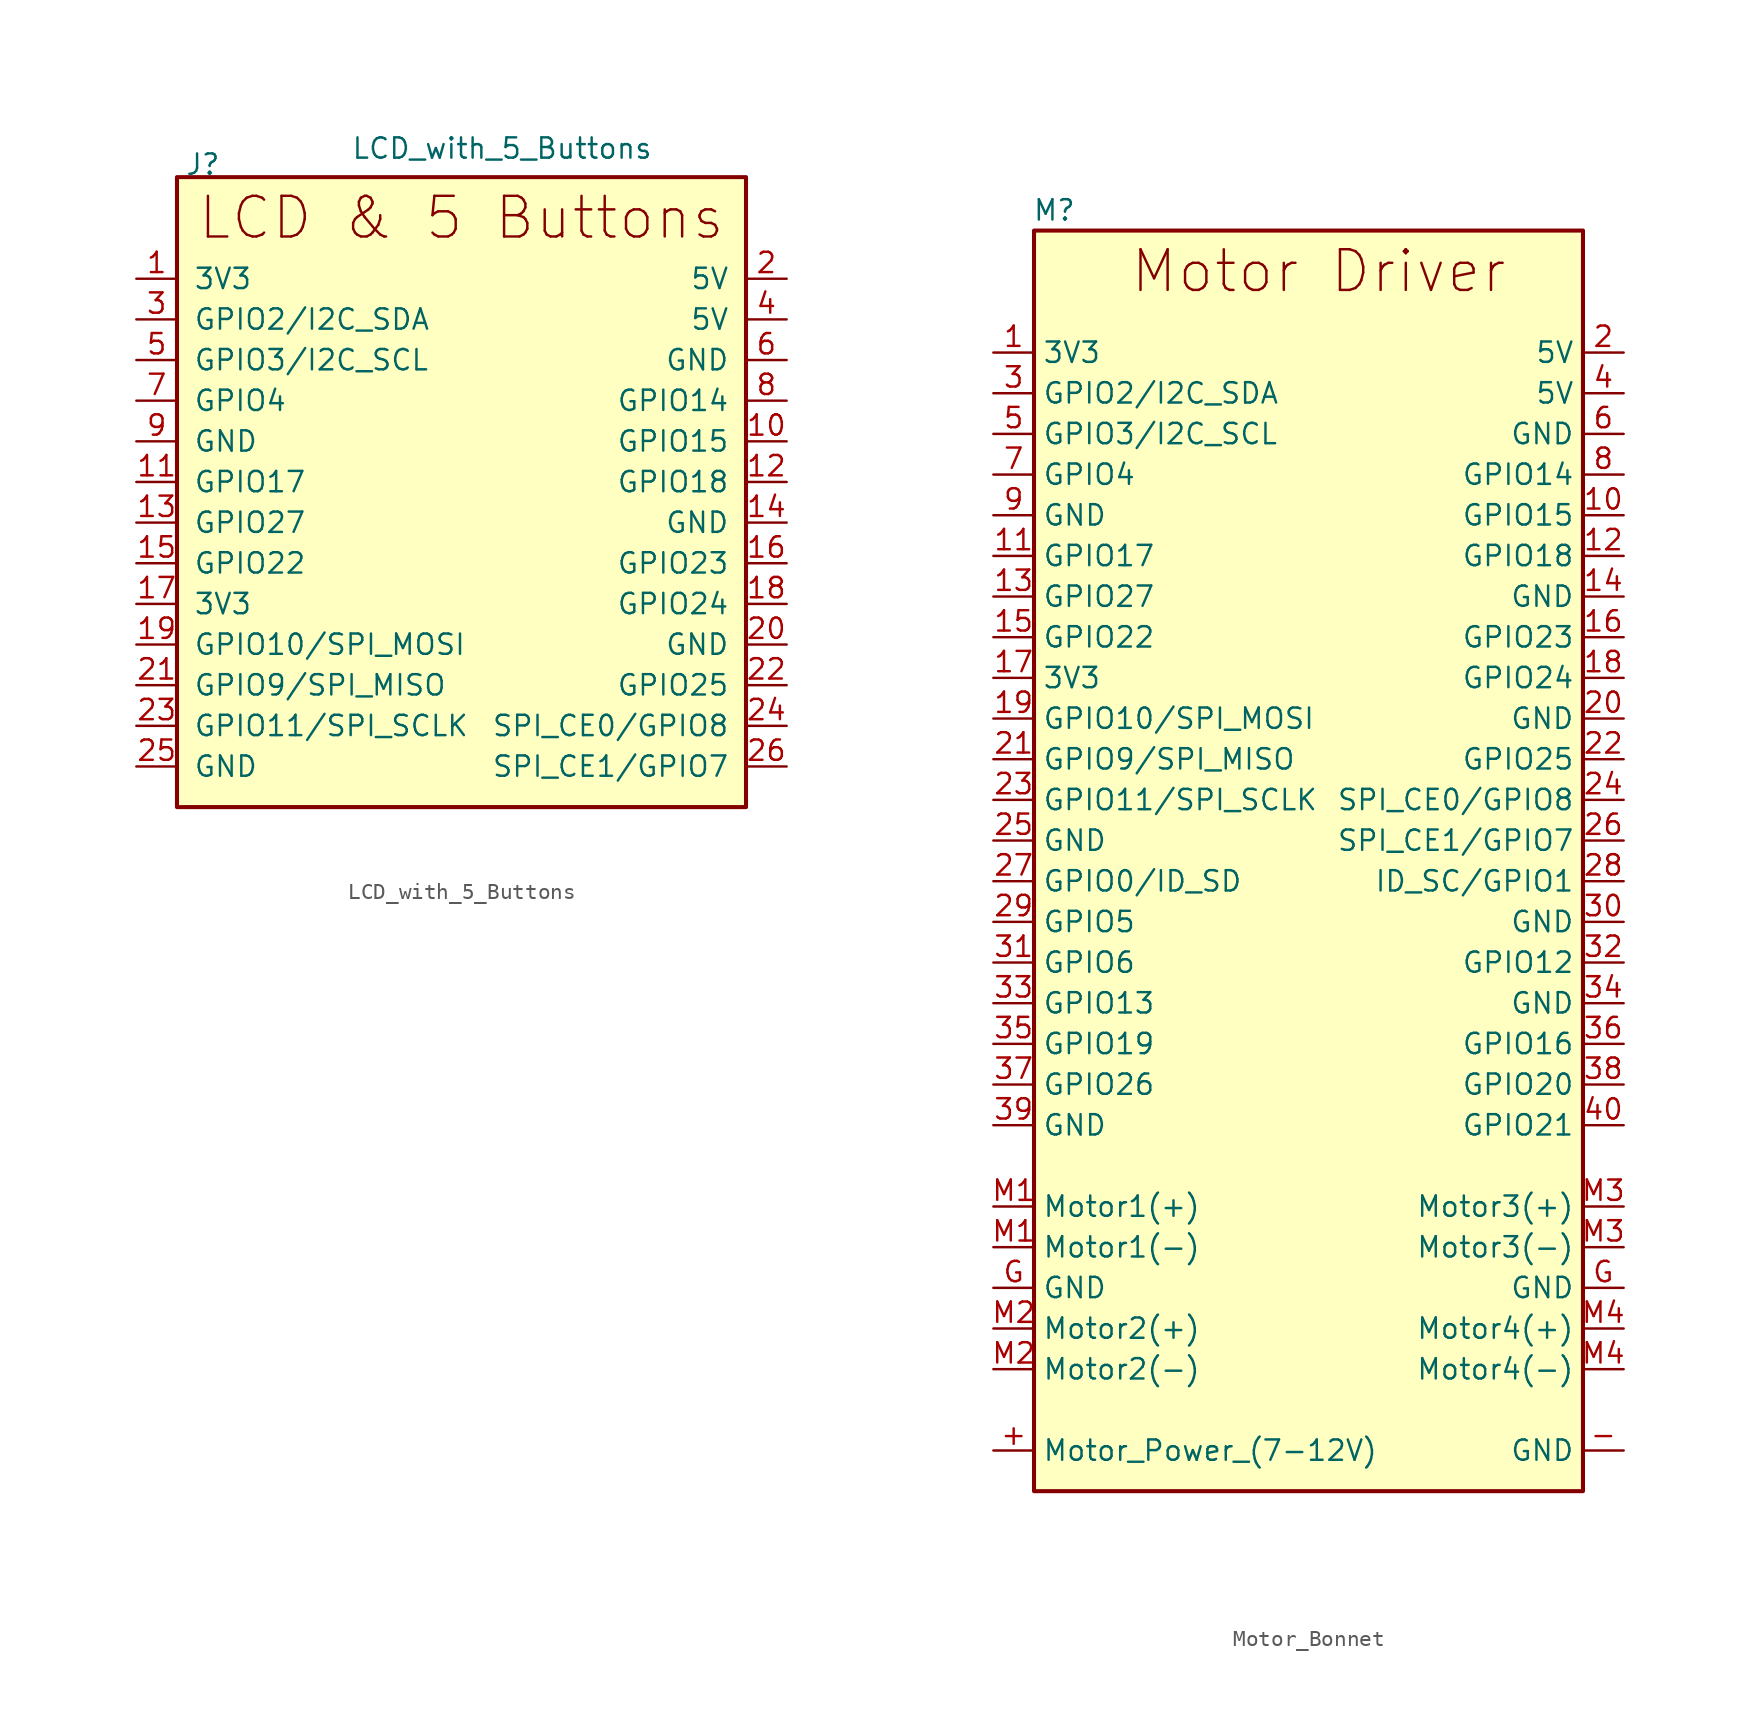
<source format=kicad_sym>
(kicad_symbol_lib
  (version 20220914)
  (generator kicad_symbol_editor)
  (symbol "LCD_with_5_Buttons"
    (pin_names
      (offset 1.016))
    (property "Reference" "J"
      (at -23.64 31.8 0)
      (effects (font (size 1.27 1.27)) (justify left bottom)))
    (property "Value" "LCD_with_5_Buttons"
      (at -3.81 34.29 0)
      (effects (font (size 1.27 1.27)) (justify top)))
    (symbol "LCD_with_5_Buttons_0_1"
      (rectangle (start -24.13 31.75) (end 11.43 -7.62) (stroke (width 0.254) (type default)) (fill (type background))))
    (symbol "LCD_with_5_Buttons_1_0"
      (text "LCD & 5 Buttons" (at -6.35 29.21 0) (effects (font (size 2.54 2.54)))))
    (symbol "LCD_with_5_Buttons_1_1"
      (pin power_in line (at -26.67 25.4 0) (length 2.54) (name "3V3" (effects (font (size 1.27 1.27)))) (number "1" (effects (font (size 1.27 1.27)))))
      (pin bidirectional line (at 13.97 15.24 180) (length 2.54) (name "GPIO15" (effects (font (size 1.27 1.27)))) (number "10" (effects (font (size 1.27 1.27)))))
      (pin bidirectional line (at -26.67 12.7 0) (length 2.54) (name "GPIO17" (effects (font (size 1.27 1.27)))) (number "11" (effects (font (size 1.27 1.27)))))
      (pin bidirectional line (at 13.97 12.7 180) (length 2.54) (name "GPIO18" (effects (font (size 1.27 1.27)))) (number "12" (effects (font (size 1.27 1.27)))))
      (pin bidirectional line (at -26.67 10.16 0) (length 2.54) (name "GPIO27" (effects (font (size 1.27 1.27)))) (number "13" (effects (font (size 1.27 1.27)))))
      (pin power_in line (at 13.97 10.16 180) (length 2.54) (name "GND" (effects (font (size 1.27 1.27)))) (number "14" (effects (font (size 1.27 1.27)))))
      (pin bidirectional line (at -26.67 7.62 0) (length 2.54) (name "GPIO22" (effects (font (size 1.27 1.27)))) (number "15" (effects (font (size 1.27 1.27)))))
      (pin bidirectional line (at 13.97 7.62 180) (length 2.54) (name "GPIO23" (effects (font (size 1.27 1.27)))) (number "16" (effects (font (size 1.27 1.27)))))
      (pin power_in line (at -26.67 5.08 0) (length 2.54) (name "3V3" (effects (font (size 1.27 1.27)))) (number "17" (effects (font (size 1.27 1.27)))))
      (pin bidirectional line (at 13.97 5.08 180) (length 2.54) (name "GPIO24" (effects (font (size 1.27 1.27)))) (number "18" (effects (font (size 1.27 1.27)))))
      (pin bidirectional line (at -26.67 2.54 0) (length 2.54) (name "GPIO10/SPI_MOSI" (effects (font (size 1.27 1.27)))) (number "19" (effects (font (size 1.27 1.27)))))
      (pin power_in line (at 13.97 25.4 180) (length 2.54) (name "5V" (effects (font (size 1.27 1.27)))) (number "2" (effects (font (size 1.27 1.27)))))
      (pin power_in line (at 13.97 2.54 180) (length 2.54) (name "GND" (effects (font (size 1.27 1.27)))) (number "20" (effects (font (size 1.27 1.27)))))
      (pin bidirectional line (at -26.67 0 0) (length 2.54) (name "GPIO9/SPI_MISO" (effects (font (size 1.27 1.27)))) (number "21" (effects (font (size 1.27 1.27)))))
      (pin bidirectional line (at 13.97 0 180) (length 2.54) (name "GPIO25" (effects (font (size 1.27 1.27)))) (number "22" (effects (font (size 1.27 1.27)))))
      (pin bidirectional line (at -26.67 -2.54 0) (length 2.54) (name "GPIO11/SPI_SCLK" (effects (font (size 1.27 1.27)))) (number "23" (effects (font (size 1.27 1.27)))))
      (pin bidirectional line (at 13.97 -2.54 180) (length 2.54) (name "SPI_CE0/GPIO8" (effects (font (size 1.27 1.27)))) (number "24" (effects (font (size 1.27 1.27)))))
      (pin power_in line (at -26.67 -5.08 0) (length 2.54) (name "GND" (effects (font (size 1.27 1.27)))) (number "25" (effects (font (size 1.27 1.27)))))
      (pin bidirectional line (at 13.97 -5.08 180) (length 2.54) (name "SPI_CE1/GPIO7" (effects (font (size 1.27 1.27)))) (number "26" (effects (font (size 1.27 1.27)))))
      (pin bidirectional line (at -26.67 22.86 0) (length 2.54) (name "GPIO2/I2C_SDA" (effects (font (size 1.27 1.27)))) (number "3" (effects (font (size 1.27 1.27)))))
      (pin power_in line (at 13.97 22.86 180) (length 2.54) (name "5V" (effects (font (size 1.27 1.27)))) (number "4" (effects (font (size 1.27 1.27)))))
      (pin bidirectional line (at -26.67 20.32 0) (length 2.54) (name "GPIO3/I2C_SCL" (effects (font (size 1.27 1.27)))) (number "5" (effects (font (size 1.27 1.27)))))
      (pin power_in line (at 13.97 20.32 180) (length 2.54) (name "GND" (effects (font (size 1.27 1.27)))) (number "6" (effects (font (size 1.27 1.27)))))
      (pin bidirectional line (at -26.67 17.78 0) (length 2.54) (name "GPIO4" (effects (font (size 1.27 1.27)))) (number "7" (effects (font (size 1.27 1.27)))))
      (pin bidirectional line (at 13.97 17.78 180) (length 2.54) (name "GPIO14" (effects (font (size 1.27 1.27)))) (number "8" (effects (font (size 1.27 1.27)))))
      (pin power_in line (at -26.67 15.24 0) (length 2.54) (name "GND" (effects (font (size 1.27 1.27)))) (number "9" (effects (font (size 1.27 1.27)))))))
  (symbol "Motor_Bonnet"
    (property "Reference" "M"
      (at -20.32 30.48 0)
      (effects (font (size 1.27 1.27))))
    (property "Value" ""
      (at 0 0 0)
      (effects (font (size 1.27 1.27))))
    (symbol "Motor_Bonnet_0_1"
      (rectangle (start -21.59 29.21) (end 12.7 -49.53) (stroke (width 0.254) (type default)) (fill (type background))))
    (symbol "Motor_Bonnet_1_0"
      (text "Motor Driver" (at -3.81 26.67 0) (effects (font (size 2.54 2.54)))))
    (symbol "Motor_Bonnet_1_1"
      (pin power_in line (at -24.13 -46.99 0) (length 2.54) (name "Motor_Power_(7-12V)" (effects (font (size 1.27 1.27)))) (number "+" (effects (font (size 1.27 1.27)))))
      (pin power_in line (at 15.24 -46.99 180) (length 2.54) (name "GND" (effects (font (size 1.27 1.27)))) (number "-" (effects (font (size 1.27 1.27)))))
      (pin power_in line (at -24.13 21.59 0) (length 2.54) (name "3V3" (effects (font (size 1.27 1.27)))) (number "1" (effects (font (size 1.27 1.27)))))
      (pin bidirectional line (at 15.24 11.43 180) (length 2.54) (name "GPIO15" (effects (font (size 1.27 1.27)))) (number "10" (effects (font (size 1.27 1.27)))))
      (pin bidirectional line (at -24.13 8.89 0) (length 2.54) (name "GPIO17" (effects (font (size 1.27 1.27)))) (number "11" (effects (font (size 1.27 1.27)))))
      (pin bidirectional line (at 15.24 8.89 180) (length 2.54) (name "GPIO18" (effects (font (size 1.27 1.27)))) (number "12" (effects (font (size 1.27 1.27)))))
      (pin bidirectional line (at -24.13 6.35 0) (length 2.54) (name "GPIO27" (effects (font (size 1.27 1.27)))) (number "13" (effects (font (size 1.27 1.27)))))
      (pin power_in line (at 15.24 6.35 180) (length 2.54) (name "GND" (effects (font (size 1.27 1.27)))) (number "14" (effects (font (size 1.27 1.27)))))
      (pin bidirectional line (at -24.13 3.81 0) (length 2.54) (name "GPIO22" (effects (font (size 1.27 1.27)))) (number "15" (effects (font (size 1.27 1.27)))))
      (pin bidirectional line (at 15.24 3.81 180) (length 2.54) (name "GPIO23" (effects (font (size 1.27 1.27)))) (number "16" (effects (font (size 1.27 1.27)))))
      (pin power_in line (at -24.13 1.27 0) (length 2.54) (name "3V3" (effects (font (size 1.27 1.27)))) (number "17" (effects (font (size 1.27 1.27)))))
      (pin bidirectional line (at 15.24 1.27 180) (length 2.54) (name "GPIO24" (effects (font (size 1.27 1.27)))) (number "18" (effects (font (size 1.27 1.27)))))
      (pin bidirectional line (at -24.13 -1.27 0) (length 2.54) (name "GPIO10/SPI_MOSI" (effects (font (size 1.27 1.27)))) (number "19" (effects (font (size 1.27 1.27)))))
      (pin power_in line (at 15.24 21.59 180) (length 2.54) (name "5V" (effects (font (size 1.27 1.27)))) (number "2" (effects (font (size 1.27 1.27)))))
      (pin power_in line (at 15.24 -1.27 180) (length 2.54) (name "GND" (effects (font (size 1.27 1.27)))) (number "20" (effects (font (size 1.27 1.27)))))
      (pin bidirectional line (at -24.13 -3.81 0) (length 2.54) (name "GPIO9/SPI_MISO" (effects (font (size 1.27 1.27)))) (number "21" (effects (font (size 1.27 1.27)))))
      (pin bidirectional line (at 15.24 -3.81 180) (length 2.54) (name "GPIO25" (effects (font (size 1.27 1.27)))) (number "22" (effects (font (size 1.27 1.27)))))
      (pin bidirectional line (at -24.13 -6.35 0) (length 2.54) (name "GPIO11/SPI_SCLK" (effects (font (size 1.27 1.27)))) (number "23" (effects (font (size 1.27 1.27)))))
      (pin bidirectional line (at 15.24 -6.35 180) (length 2.54) (name "SPI_CE0/GPIO8" (effects (font (size 1.27 1.27)))) (number "24" (effects (font (size 1.27 1.27)))))
      (pin power_in line (at -24.13 -8.89 0) (length 2.54) (name "GND" (effects (font (size 1.27 1.27)))) (number "25" (effects (font (size 1.27 1.27)))))
      (pin bidirectional line (at 15.24 -8.89 180) (length 2.54) (name "SPI_CE1/GPIO7" (effects (font (size 1.27 1.27)))) (number "26" (effects (font (size 1.27 1.27)))))
      (pin bidirectional line (at -24.13 -11.43 0) (length 2.54) (name "GPIO0/ID_SD" (effects (font (size 1.27 1.27)))) (number "27" (effects (font (size 1.27 1.27)))))
      (pin bidirectional line (at 15.24 -11.43 180) (length 2.54) (name "ID_SC/GPIO1" (effects (font (size 1.27 1.27)))) (number "28" (effects (font (size 1.27 1.27)))))
      (pin bidirectional line (at -24.13 -13.97 0) (length 2.54) (name "GPIO5" (effects (font (size 1.27 1.27)))) (number "29" (effects (font (size 1.27 1.27)))))
      (pin bidirectional line (at -24.13 19.05 0) (length 2.54) (name "GPIO2/I2C_SDA" (effects (font (size 1.27 1.27)))) (number "3" (effects (font (size 1.27 1.27)))))
      (pin power_in line (at 15.24 -13.97 180) (length 2.54) (name "GND" (effects (font (size 1.27 1.27)))) (number "30" (effects (font (size 1.27 1.27)))))
      (pin bidirectional line (at -24.13 -16.51 0) (length 2.54) (name "GPIO6" (effects (font (size 1.27 1.27)))) (number "31" (effects (font (size 1.27 1.27)))))
      (pin bidirectional line (at 15.24 -16.51 180) (length 2.54) (name "GPIO12" (effects (font (size 1.27 1.27)))) (number "32" (effects (font (size 1.27 1.27)))))
      (pin bidirectional line (at -24.13 -19.05 0) (length 2.54) (name "GPIO13" (effects (font (size 1.27 1.27)))) (number "33" (effects (font (size 1.27 1.27)))))
      (pin power_in line (at 15.24 -19.05 180) (length 2.54) (name "GND" (effects (font (size 1.27 1.27)))) (number "34" (effects (font (size 1.27 1.27)))))
      (pin bidirectional line (at -24.13 -21.59 0) (length 2.54) (name "GPIO19" (effects (font (size 1.27 1.27)))) (number "35" (effects (font (size 1.27 1.27)))))
      (pin bidirectional line (at 15.24 -21.59 180) (length 2.54) (name "GPIO16" (effects (font (size 1.27 1.27)))) (number "36" (effects (font (size 1.27 1.27)))))
      (pin bidirectional line (at -24.13 -24.13 0) (length 2.54) (name "GPIO26" (effects (font (size 1.27 1.27)))) (number "37" (effects (font (size 1.27 1.27)))))
      (pin bidirectional line (at 15.24 -24.13 180) (length 2.54) (name "GPIO20" (effects (font (size 1.27 1.27)))) (number "38" (effects (font (size 1.27 1.27)))))
      (pin power_in line (at -24.13 -26.67 0) (length 2.54) (name "GND" (effects (font (size 1.27 1.27)))) (number "39" (effects (font (size 1.27 1.27)))))
      (pin power_in line (at 15.24 19.05 180) (length 2.54) (name "5V" (effects (font (size 1.27 1.27)))) (number "4" (effects (font (size 1.27 1.27)))))
      (pin bidirectional line (at 15.24 -26.67 180) (length 2.54) (name "GPIO21" (effects (font (size 1.27 1.27)))) (number "40" (effects (font (size 1.27 1.27)))))
      (pin bidirectional line (at -24.13 16.51 0) (length 2.54) (name "GPIO3/I2C_SCL" (effects (font (size 1.27 1.27)))) (number "5" (effects (font (size 1.27 1.27)))))
      (pin power_in line (at 15.24 16.51 180) (length 2.54) (name "GND" (effects (font (size 1.27 1.27)))) (number "6" (effects (font (size 1.27 1.27)))))
      (pin bidirectional line (at -24.13 13.97 0) (length 2.54) (name "GPIO4" (effects (font (size 1.27 1.27)))) (number "7" (effects (font (size 1.27 1.27)))))
      (pin bidirectional line (at 15.24 13.97 180) (length 2.54) (name "GPIO14" (effects (font (size 1.27 1.27)))) (number "8" (effects (font (size 1.27 1.27)))))
      (pin power_in line (at -24.13 11.43 0) (length 2.54) (name "GND" (effects (font (size 1.27 1.27)))) (number "9" (effects (font (size 1.27 1.27)))))
      (pin power_in line (at -24.13 -36.83 0) (length 2.54) (name "GND" (effects (font (size 1.27 1.27)))) (number "G" (effects (font (size 1.27 1.27)))))
      (pin power_in line (at 15.24 -36.83 180) (length 2.54) (name "GND" (effects (font (size 1.27 1.27)))) (number "G" (effects (font (size 1.27 1.27)))))
      (pin power_out line (at -24.13 -31.75 0) (length 2.54) (name "Motor1(+)" (effects (font (size 1.27 1.27)))) (number "M1" (effects (font (size 1.27 1.27)))))
      (pin power_out line (at -24.13 -34.29 0) (length 2.54) (name "Motor1(-)" (effects (font (size 1.27 1.27)))) (number "M1" (effects (font (size 1.27 1.27)))))
      (pin power_out line (at -24.13 -39.37 0) (length 2.54) (name "Motor2(+)" (effects (font (size 1.27 1.27)))) (number "M2" (effects (font (size 1.27 1.27)))))
      (pin power_out line (at -24.13 -41.91 0) (length 2.54) (name "Motor2(-)" (effects (font (size 1.27 1.27)))) (number "M2" (effects (font (size 1.27 1.27)))))
      (pin power_out line (at 15.24 -31.75 180) (length 2.54) (name "Motor3(+)" (effects (font (size 1.27 1.27)))) (number "M3" (effects (font (size 1.27 1.27)))))
      (pin power_out line (at 15.24 -34.29 180) (length 2.54) (name "Motor3(-)" (effects (font (size 1.27 1.27)))) (number "M3" (effects (font (size 1.27 1.27)))))
      (pin power_out line (at 15.24 -39.37 180) (length 2.54) (name "Motor4(+)" (effects (font (size 1.27 1.27)))) (number "M4" (effects (font (size 1.27 1.27)))))
      (pin power_out line (at 15.24 -41.91 180) (length 2.54) (name "Motor4(-)" (effects (font (size 1.27 1.27)))) (number "M4" (effects (font (size 1.27 1.27))))))))
</source>
